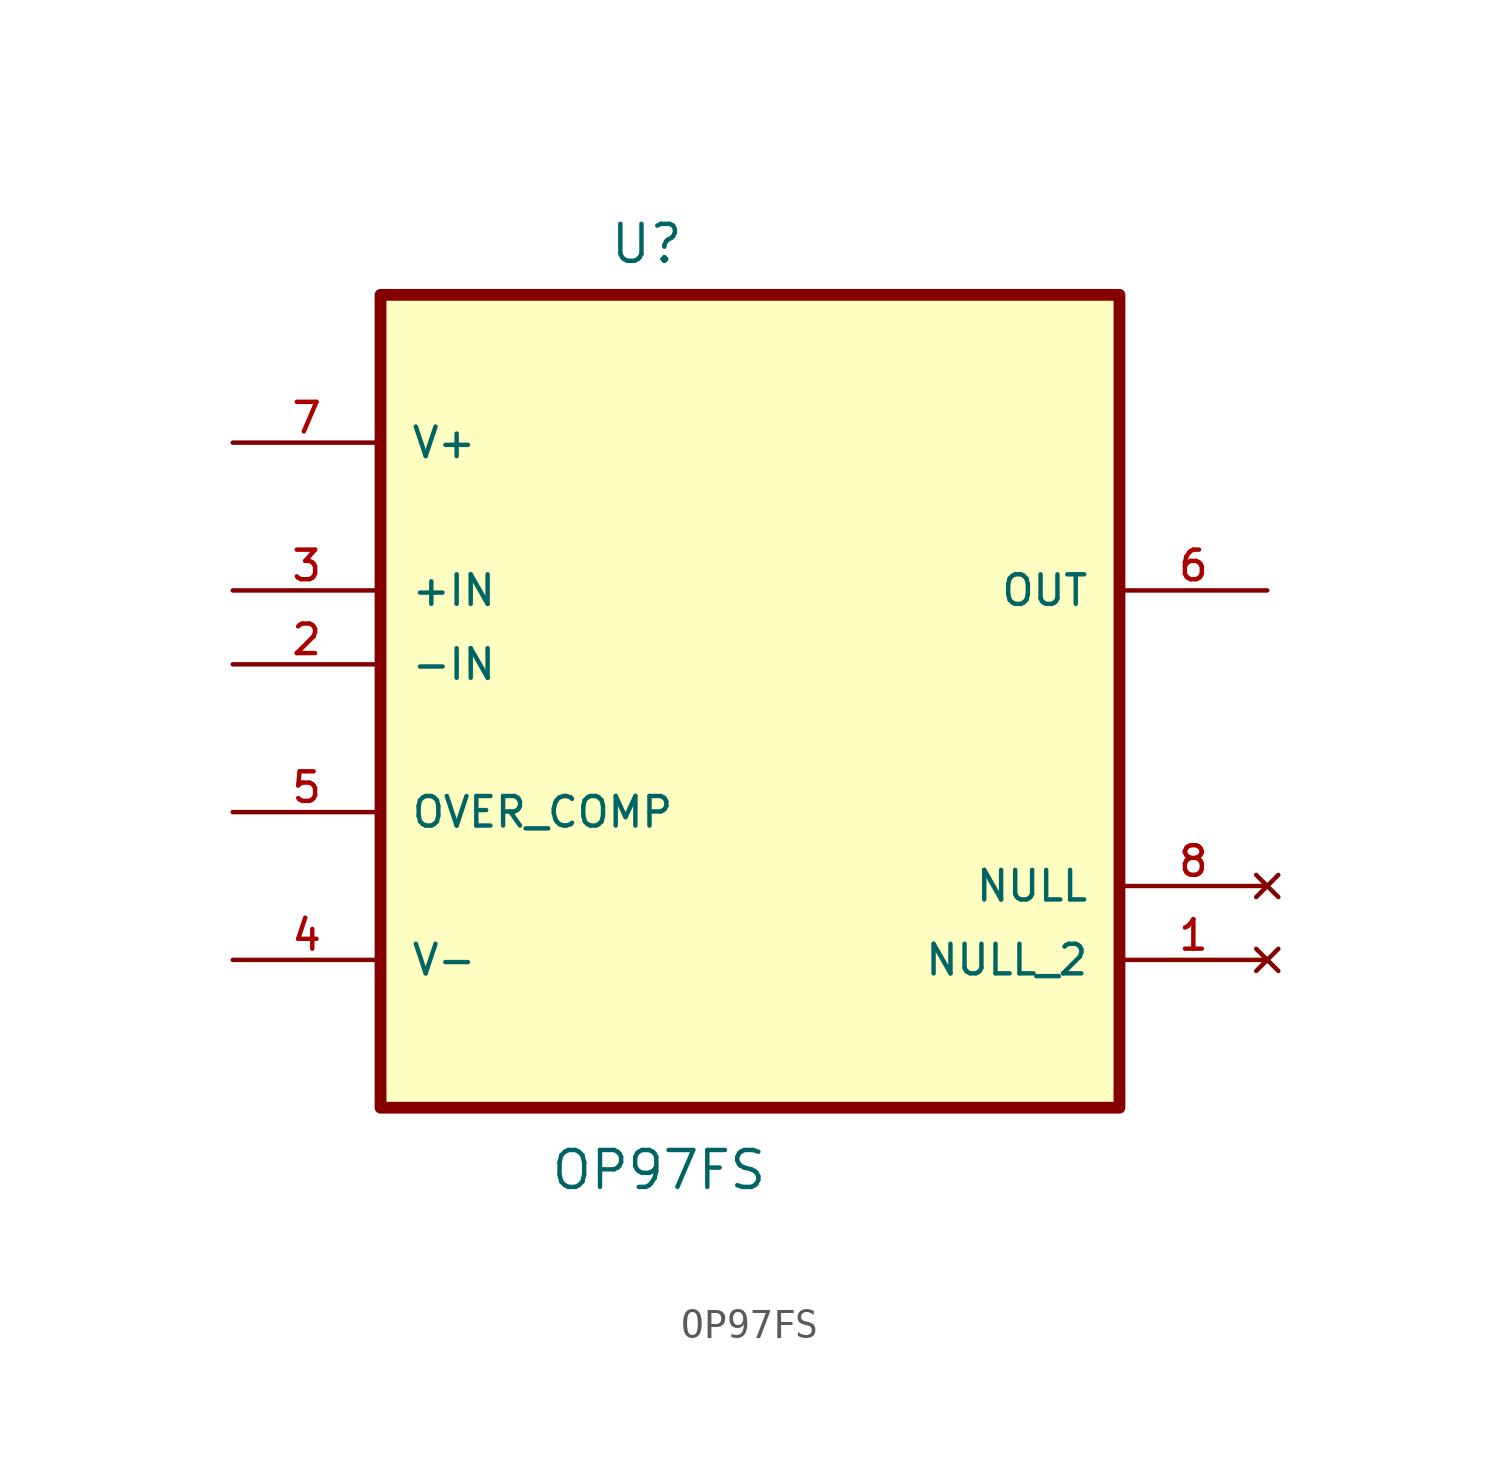
<source format=kicad_sym>
(kicad_symbol_lib
  (version 20231120)
  (generator "kicad_symbol_editor")
  (generator_version "8.0")
  (symbol "OP97FS"
    (pin_names
      (offset 1.016))
    (property "Reference" "U"
      (at -4.859 11.168 0)
      (effects (font (size 1.27 1.27)) (justify left bottom)))
    (property "Value" "OP97FS"
      (at -6.889 -20.667 0)
      (effects (font (size 1.27 1.27)) (justify left bottom)))
    (symbol "OP97FS_0_0"
      (rectangle (start -12.7 -17.78) (end 12.7 10.16) (stroke (width 0.406) (type default)) (fill (type background)))
      (pin no_connect line (at 17.78 -12.7 180) (length 5.08) (name "NULL_2" (effects (font (size 1.016 1.016)))) (number "1" (effects (font (size 1.016 1.016)))))
      (pin input line (at -17.78 -2.54 0) (length 5.08) (name "-IN" (effects (font (size 1.016 1.016)))) (number "2" (effects (font (size 1.016 1.016)))))
      (pin input line (at -17.78 0 0) (length 5.08) (name "+IN" (effects (font (size 1.016 1.016)))) (number "3" (effects (font (size 1.016 1.016)))))
      (pin power_in line (at -17.78 -12.7 0) (length 5.08) (name "V-" (effects (font (size 1.016 1.016)))) (number "4" (effects (font (size 1.016 1.016)))))
      (pin input line (at -17.78 -7.62 0) (length 5.08) (name "OVER_COMP" (effects (font (size 1.016 1.016)))) (number "5" (effects (font (size 1.016 1.016)))))
      (pin power_in line (at -17.78 5.08 0) (length 5.08) (name "V+" (effects (font (size 1.016 1.016)))) (number "7" (effects (font (size 1.016 1.016)))))
      (pin no_connect line (at 17.78 -10.16 180) (length 5.08) (name "NULL" (effects (font (size 1.016 1.016)))) (number "8" (effects (font (size 1.016 1.016))))))
    (symbol "OP97FS_1_0"
      (pin passive line (at 17.78 0 180) (length 5.08) (name "OUT" (effects (font (size 1.016 1.016)))) (number "6" (effects (font (size 1.016 1.016))))))))
</source>
